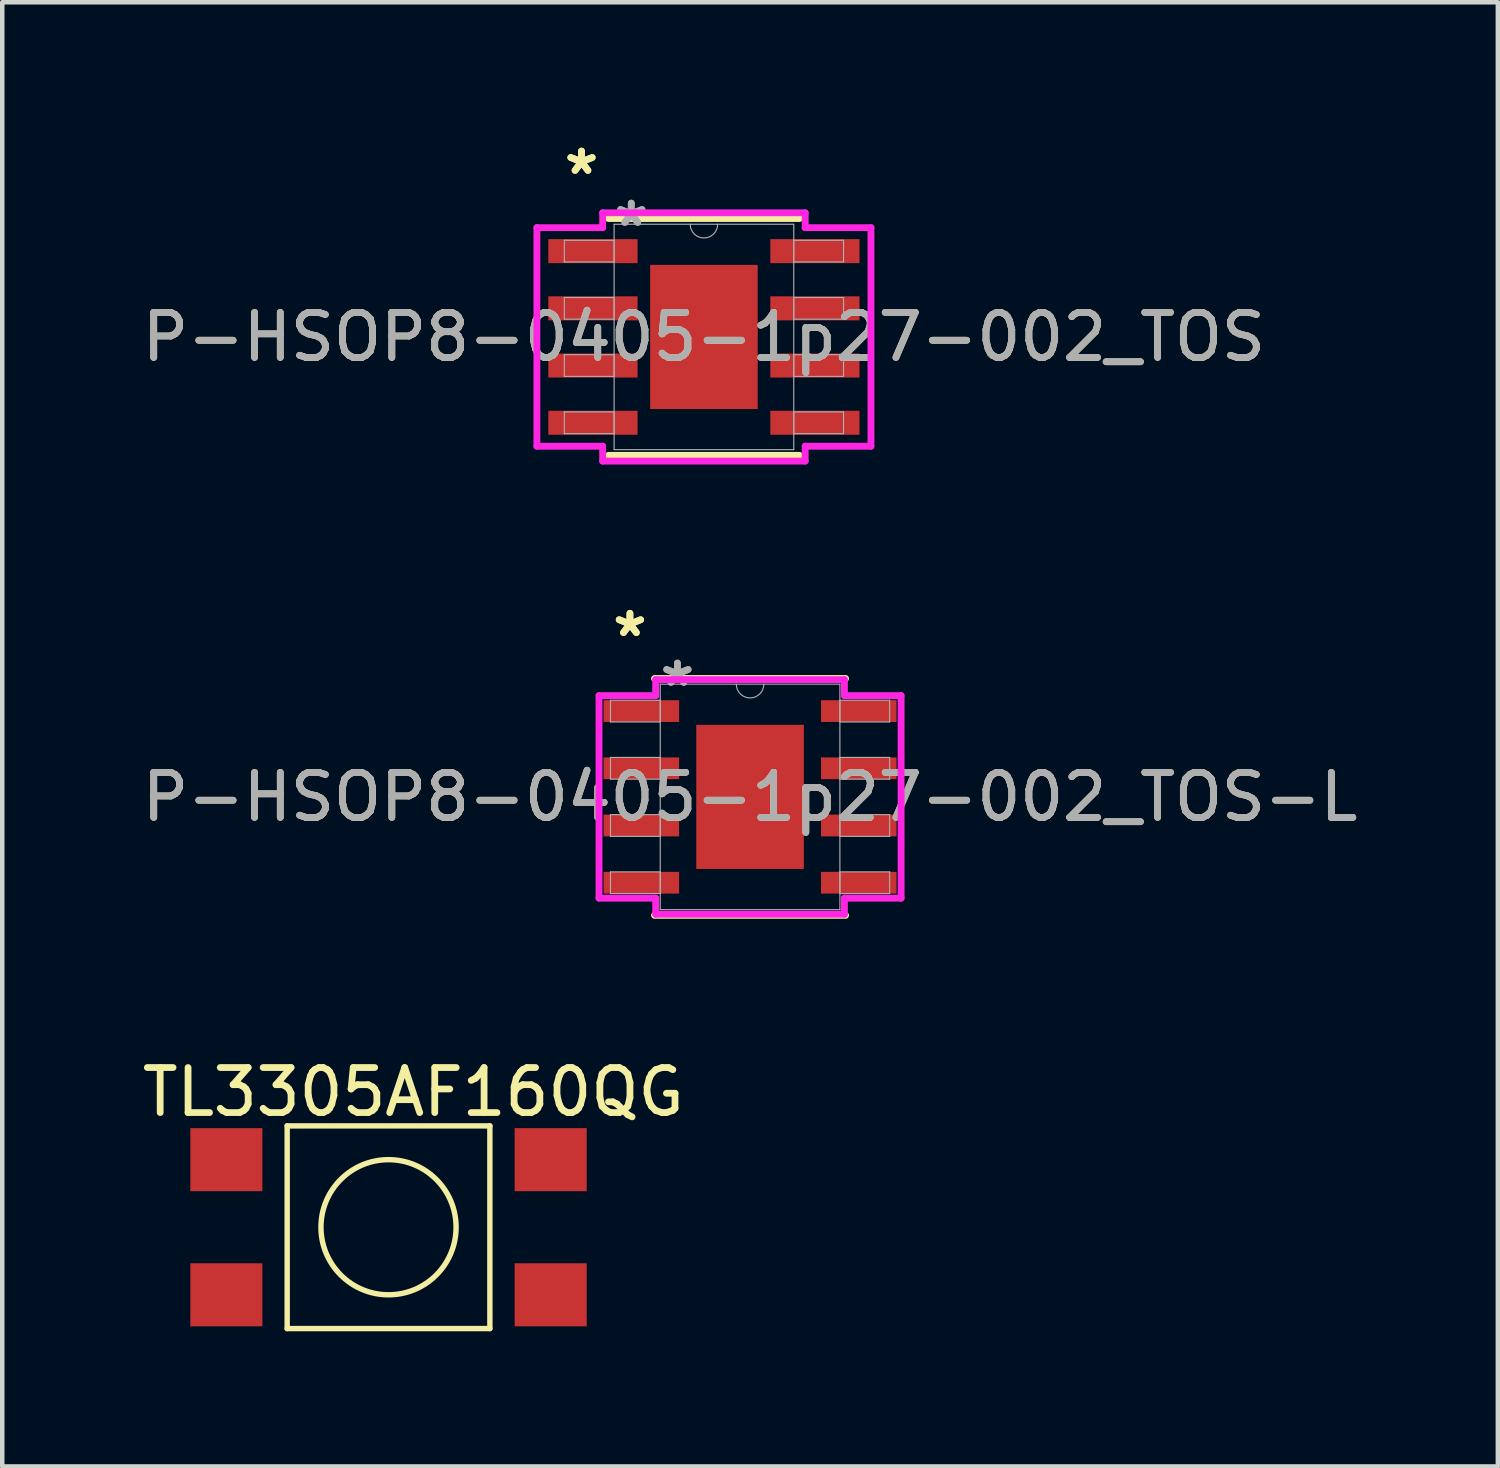
<source format=kicad_pcb>
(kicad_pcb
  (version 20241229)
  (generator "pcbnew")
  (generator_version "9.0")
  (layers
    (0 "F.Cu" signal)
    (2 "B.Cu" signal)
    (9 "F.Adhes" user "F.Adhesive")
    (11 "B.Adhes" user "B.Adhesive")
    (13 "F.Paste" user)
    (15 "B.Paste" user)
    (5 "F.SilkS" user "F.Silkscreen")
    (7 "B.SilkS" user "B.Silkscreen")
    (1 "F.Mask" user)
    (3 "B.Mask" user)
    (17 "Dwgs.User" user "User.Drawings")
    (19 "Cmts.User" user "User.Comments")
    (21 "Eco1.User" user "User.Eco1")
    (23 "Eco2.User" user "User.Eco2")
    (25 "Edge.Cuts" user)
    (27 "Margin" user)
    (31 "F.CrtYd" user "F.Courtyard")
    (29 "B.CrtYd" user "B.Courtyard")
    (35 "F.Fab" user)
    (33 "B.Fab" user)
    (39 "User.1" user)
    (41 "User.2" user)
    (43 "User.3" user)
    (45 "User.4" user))
  (footprint "P-HSOP8-0405-1p27-002_TOS-L"
    (layer "F.Cu")
    (at 13.601 14.641)
    (property "Reference" "P-HSOP8-0405-1p27-002_TOS-L" (at 0 0 0) (unlocked yes) (layer "F.SilkS") (effects (font (size 1 1) (thickness 0.15))))
    (attr smd)
    (fp_line (start -2.121 2.629) (end 2.121 2.629) (stroke (width 0.152) (type solid)) (layer "F.SilkS"))
    (fp_line (start 2.121 -2.629) (end -2.121 -2.629) (stroke (width 0.152) (type solid)) (layer "F.SilkS"))
    (fp_poly (pts (xy -1.094 -1.5) (xy -1.094 -0.1) (xy 1.094 -0.1) (xy 1.094 -1.5)) (stroke (width 0) (type solid)) (fill yes) (layer "F.Paste"))
    (fp_poly (pts (xy -1.094 0.1) (xy -1.094 1.5) (xy 1.094 1.5) (xy 1.094 0.1)) (stroke (width 0) (type solid)) (fill yes) (layer "F.Paste"))
    (fp_line (start -3.353 -2.248) (end -2.095 -2.248) (stroke (width 0.152) (type solid)) (layer "F.CrtYd"))
    (fp_line (start -3.353 2.248) (end -3.353 -2.248) (stroke (width 0.152) (type solid)) (layer "F.CrtYd"))
    (fp_line (start -3.353 2.248) (end -2.095 2.248) (stroke (width 0.152) (type solid)) (layer "F.CrtYd"))
    (fp_line (start -2.095 -2.603) (end 2.095 -2.603) (stroke (width 0.152) (type solid)) (layer "F.CrtYd"))
    (fp_line (start -2.095 -2.248) (end -2.095 -2.603) (stroke (width 0.152) (type solid)) (layer "F.CrtYd"))
    (fp_line (start -2.095 2.603) (end -2.095 2.248) (stroke (width 0.152) (type solid)) (layer "F.CrtYd"))
    (fp_line (start 2.095 -2.603) (end 2.095 -2.248) (stroke (width 0.152) (type solid)) (layer "F.CrtYd"))
    (fp_line (start 2.095 2.248) (end 2.095 2.603) (stroke (width 0.152) (type solid)) (layer "F.CrtYd"))
    (fp_line (start 2.095 2.603) (end -2.095 2.603) (stroke (width 0.152) (type solid)) (layer "F.CrtYd"))
    (fp_line (start 3.353 -2.248) (end 2.095 -2.248) (stroke (width 0.152) (type solid)) (layer "F.CrtYd"))
    (fp_line (start 3.353 -2.248) (end 3.353 2.248) (stroke (width 0.152) (type solid)) (layer "F.CrtYd"))
    (fp_line (start 3.353 2.248) (end 2.095 2.248) (stroke (width 0.152) (type solid)) (layer "F.CrtYd"))
    (fp_line (start -3.099 -2.146) (end -3.099 -1.664) (stroke (width 0.025) (type solid)) (layer "F.Fab"))
    (fp_line (start -3.099 -1.664) (end -1.994 -1.664) (stroke (width 0.025) (type solid)) (layer "F.Fab"))
    (fp_line (start -3.099 -0.876) (end -3.099 -0.394) (stroke (width 0.025) (type solid)) (layer "F.Fab"))
    (fp_line (start -3.099 -0.394) (end -1.994 -0.394) (stroke (width 0.025) (type solid)) (layer "F.Fab"))
    (fp_line (start -3.099 0.394) (end -3.099 0.876) (stroke (width 0.025) (type solid)) (layer "F.Fab"))
    (fp_line (start -3.099 0.876) (end -1.994 0.876) (stroke (width 0.025) (type solid)) (layer "F.Fab"))
    (fp_line (start -3.099 1.664) (end -3.099 2.146) (stroke (width 0.025) (type solid)) (layer "F.Fab"))
    (fp_line (start -3.099 2.146) (end -1.994 2.146) (stroke (width 0.025) (type solid)) (layer "F.Fab"))
    (fp_line (start -1.994 -2.502) (end -1.994 2.502) (stroke (width 0.025) (type solid)) (layer "F.Fab"))
    (fp_line (start -1.994 -2.146) (end -3.099 -2.146) (stroke (width 0.025) (type solid)) (layer "F.Fab"))
    (fp_line (start -1.994 -1.664) (end -1.994 -2.146) (stroke (width 0.025) (type solid)) (layer "F.Fab"))
    (fp_line (start -1.994 -0.876) (end -3.099 -0.876) (stroke (width 0.025) (type solid)) (layer "F.Fab"))
    (fp_line (start -1.994 -0.394) (end -1.994 -0.876) (stroke (width 0.025) (type solid)) (layer "F.Fab"))
    (fp_line (start -1.994 0.394) (end -3.099 0.394) (stroke (width 0.025) (type solid)) (layer "F.Fab"))
    (fp_line (start -1.994 0.876) (end -1.994 0.394) (stroke (width 0.025) (type solid)) (layer "F.Fab"))
    (fp_line (start -1.994 1.664) (end -3.099 1.664) (stroke (width 0.025) (type solid)) (layer "F.Fab"))
    (fp_line (start -1.994 2.146) (end -1.994 1.664) (stroke (width 0.025) (type solid)) (layer "F.Fab"))
    (fp_line (start -1.994 2.502) (end 1.994 2.502) (stroke (width 0.025) (type solid)) (layer "F.Fab"))
    (fp_line (start 1.994 -2.502) (end -1.994 -2.502) (stroke (width 0.025) (type solid)) (layer "F.Fab"))
    (fp_line (start 1.994 -2.146) (end 1.994 -1.664) (stroke (width 0.025) (type solid)) (layer "F.Fab"))
    (fp_line (start 1.994 -1.664) (end 3.099 -1.664) (stroke (width 0.025) (type solid)) (layer "F.Fab"))
    (fp_line (start 1.994 -0.876) (end 1.994 -0.394) (stroke (width 0.025) (type solid)) (layer "F.Fab"))
    (fp_line (start 1.994 -0.394) (end 3.099 -0.394) (stroke (width 0.025) (type solid)) (layer "F.Fab"))
    (fp_line (start 1.994 0.394) (end 1.994 0.876) (stroke (width 0.025) (type solid)) (layer "F.Fab"))
    (fp_line (start 1.994 0.876) (end 3.099 0.876) (stroke (width 0.025) (type solid)) (layer "F.Fab"))
    (fp_line (start 1.994 1.664) (end 1.994 2.146) (stroke (width 0.025) (type solid)) (layer "F.Fab"))
    (fp_line (start 1.994 2.146) (end 3.099 2.146) (stroke (width 0.025) (type solid)) (layer "F.Fab"))
    (fp_line (start 1.994 2.502) (end 1.994 -2.502) (stroke (width 0.025) (type solid)) (layer "F.Fab"))
    (fp_line (start 3.099 -2.146) (end 1.994 -2.146) (stroke (width 0.025) (type solid)) (layer "F.Fab"))
    (fp_line (start 3.099 -1.664) (end 3.099 -2.146) (stroke (width 0.025) (type solid)) (layer "F.Fab"))
    (fp_line (start 3.099 -0.876) (end 1.994 -0.876) (stroke (width 0.025) (type solid)) (layer "F.Fab"))
    (fp_line (start 3.099 -0.394) (end 3.099 -0.876) (stroke (width 0.025) (type solid)) (layer "F.Fab"))
    (fp_line (start 3.099 0.394) (end 1.994 0.394) (stroke (width 0.025) (type solid)) (layer "F.Fab"))
    (fp_line (start 3.099 0.876) (end 3.099 0.394) (stroke (width 0.025) (type solid)) (layer "F.Fab"))
    (fp_line (start 3.099 1.664) (end 1.994 1.664) (stroke (width 0.025) (type solid)) (layer "F.Fab"))
    (fp_line (start 3.099 2.146) (end 3.099 1.664) (stroke (width 0.025) (type solid)) (layer "F.Fab"))
    (fp_arc (start 0.3048 -2.5019) (mid 0 -2.1971) (end -0.3048 -2.5019) (stroke (width 0.0254) (type solid)) (layer "F.Fab"))
    (fp_text user "*" (at -2.667 -3.531 0) (unlocked yes) (layer "F.SilkS") (effects (font (size 1 1) (thickness 0.15))))
    (fp_text user "*" (at -2.667 -3.531 0) (layer "F.SilkS") (effects (font (size 1 1) (thickness 0.15))))
    (fp_text user "*" (at -1.613 -2.426 0) (layer "F.Fab") (effects (font (size 1 1) (thickness 0.15))))
    (fp_text user "*" (at -1.613 -2.426 0) (unlocked yes) (layer "F.Fab") (effects (font (size 1 1) (thickness 0.15))))
    (fp_text user "${REFERENCE}" (at 0 0 0) (unlocked yes) (layer "F.Fab") (effects (font (size 1 1) (thickness 0.15))))
    (pad "1" smd rect (at -2.413 -1.905) (size 1.676 0.483) (layers "F.Cu" "F.Mask" "F.Paste"))
    (pad "2" smd rect (at -2.413 -0.635) (size 1.676 0.483) (layers "F.Cu" "F.Mask" "F.Paste"))
    (pad "3" smd rect (at -2.413 0.635) (size 1.676 0.483) (layers "F.Cu" "F.Mask" "F.Paste"))
    (pad "4" smd rect (at -2.413 1.905) (size 1.676 0.483) (layers "F.Cu" "F.Mask" "F.Paste"))
    (pad "5" smd rect (at 2.413 1.905) (size 1.676 0.483) (layers "F.Cu" "F.Mask" "F.Paste"))
    (pad "6" smd rect (at 2.413 0.635) (size 1.676 0.483) (layers "F.Cu" "F.Mask" "F.Paste"))
    (pad "7" smd rect (at 2.413 -0.635) (size 1.676 0.483) (layers "F.Cu" "F.Mask" "F.Paste"))
    (pad "8" smd rect (at 2.413 -1.905) (size 1.676 0.483) (layers "F.Cu" "F.Mask" "F.Paste"))
    (pad "EPAD" smd rect (at 0 0) (size 2.388 3.2) (layers "F.Cu" "F.Mask")))
  (footprint "TL3305AF160QG"
    (layer "F.Cu")
    (at 5.575 24.194)
    (property "Reference" "TL3305AF160QG" (at 0.55 -3 0) (layer "F.SilkS") (effects (font (size 1 1) (thickness 0.15))))
    (attr through_hole)
    (fp_line (start -2.25 -2.25) (end 2.25 -2.25) (stroke (width 0.12) (type solid)) (layer "F.SilkS"))
    (fp_line (start -2.25 2.25) (end -2.25 -2.25) (stroke (width 0.12) (type solid)) (layer "F.SilkS"))
    (fp_line (start 2.25 -2.25) (end 2.25 2.25) (stroke (width 0.12) (type solid)) (layer "F.SilkS"))
    (fp_line (start 2.25 2.25) (end -2.25 2.25) (stroke (width 0.12) (type solid)) (layer "F.SilkS"))
    (fp_circle (center 0 0) (end 0 -1.5) (stroke (width 0.12) (type solid)) (fill no) (layer "F.SilkS"))
    (pad "1" smd rect (at -3.6 1.5) (size 1.6 1.4) (layers "F.Cu" "F.Mask" "F.Paste"))
    (pad "2" smd rect (at 3.6 1.5) (size 1.6 1.4) (layers "F.Cu" "F.Mask" "F.Paste"))
    (pad "3" smd rect (at -3.6 -1.5) (size 1.6 1.4) (layers "F.Cu" "F.Mask" "F.Paste"))
    (pad "4" smd rect (at 3.6 -1.5) (size 1.6 1.4) (layers "F.Cu" "F.Mask" "F.Paste")))
  (footprint "P-HSOP8-0405-1p27-002_TOS"
    (layer "F.Cu")
    (at 12.577 4.43)
    (property "Reference" "P-HSOP8-0405-1p27-002_TOS" (at 0 0 0) (unlocked yes) (layer "F.SilkS") (effects (font (size 1 1) (thickness 0.15))))
    (attr smd)
    (fp_line (start -2.121 2.629) (end 2.121 2.629) (stroke (width 0.152) (type solid)) (layer "F.SilkS"))
    (fp_line (start 2.121 -2.629) (end -2.121 -2.629) (stroke (width 0.152) (type solid)) (layer "F.SilkS"))
    (fp_poly (pts (xy -1.094 -1.5) (xy -1.094 -0.1) (xy 1.094 -0.1) (xy 1.094 -1.5)) (stroke (width 0) (type solid)) (fill yes) (layer "F.Paste"))
    (fp_poly (pts (xy -1.094 0.1) (xy -1.094 1.5) (xy 1.094 1.5) (xy 1.094 0.1)) (stroke (width 0) (type solid)) (fill yes) (layer "F.Paste"))
    (fp_line (start -3.708 -2.426) (end -2.248 -2.426) (stroke (width 0.152) (type solid)) (layer "F.CrtYd"))
    (fp_line (start -3.708 2.426) (end -3.708 -2.426) (stroke (width 0.152) (type solid)) (layer "F.CrtYd"))
    (fp_line (start -3.708 2.426) (end -2.248 2.426) (stroke (width 0.152) (type solid)) (layer "F.CrtYd"))
    (fp_line (start -2.248 -2.756) (end 2.248 -2.756) (stroke (width 0.152) (type solid)) (layer "F.CrtYd"))
    (fp_line (start -2.248 -2.426) (end -2.248 -2.756) (stroke (width 0.152) (type solid)) (layer "F.CrtYd"))
    (fp_line (start -2.248 2.756) (end -2.248 2.426) (stroke (width 0.152) (type solid)) (layer "F.CrtYd"))
    (fp_line (start 2.248 -2.756) (end 2.248 -2.426) (stroke (width 0.152) (type solid)) (layer "F.CrtYd"))
    (fp_line (start 2.248 2.426) (end 2.248 2.756) (stroke (width 0.152) (type solid)) (layer "F.CrtYd"))
    (fp_line (start 2.248 2.756) (end -2.248 2.756) (stroke (width 0.152) (type solid)) (layer "F.CrtYd"))
    (fp_line (start 3.708 -2.426) (end 2.248 -2.426) (stroke (width 0.152) (type solid)) (layer "F.CrtYd"))
    (fp_line (start 3.708 -2.426) (end 3.708 2.426) (stroke (width 0.152) (type solid)) (layer "F.CrtYd"))
    (fp_line (start 3.708 2.426) (end 2.248 2.426) (stroke (width 0.152) (type solid)) (layer "F.CrtYd"))
    (fp_line (start -3.099 -2.146) (end -3.099 -1.664) (stroke (width 0.025) (type solid)) (layer "F.Fab"))
    (fp_line (start -3.099 -1.664) (end -1.994 -1.664) (stroke (width 0.025) (type solid)) (layer "F.Fab"))
    (fp_line (start -3.099 -0.876) (end -3.099 -0.394) (stroke (width 0.025) (type solid)) (layer "F.Fab"))
    (fp_line (start -3.099 -0.394) (end -1.994 -0.394) (stroke (width 0.025) (type solid)) (layer "F.Fab"))
    (fp_line (start -3.099 0.394) (end -3.099 0.876) (stroke (width 0.025) (type solid)) (layer "F.Fab"))
    (fp_line (start -3.099 0.876) (end -1.994 0.876) (stroke (width 0.025) (type solid)) (layer "F.Fab"))
    (fp_line (start -3.099 1.664) (end -3.099 2.146) (stroke (width 0.025) (type solid)) (layer "F.Fab"))
    (fp_line (start -3.099 2.146) (end -1.994 2.146) (stroke (width 0.025) (type solid)) (layer "F.Fab"))
    (fp_line (start -1.994 -2.502) (end -1.994 2.502) (stroke (width 0.025) (type solid)) (layer "F.Fab"))
    (fp_line (start -1.994 -2.146) (end -3.099 -2.146) (stroke (width 0.025) (type solid)) (layer "F.Fab"))
    (fp_line (start -1.994 -1.664) (end -1.994 -2.146) (stroke (width 0.025) (type solid)) (layer "F.Fab"))
    (fp_line (start -1.994 -0.876) (end -3.099 -0.876) (stroke (width 0.025) (type solid)) (layer "F.Fab"))
    (fp_line (start -1.994 -0.394) (end -1.994 -0.876) (stroke (width 0.025) (type solid)) (layer "F.Fab"))
    (fp_line (start -1.994 0.394) (end -3.099 0.394) (stroke (width 0.025) (type solid)) (layer "F.Fab"))
    (fp_line (start -1.994 0.876) (end -1.994 0.394) (stroke (width 0.025) (type solid)) (layer "F.Fab"))
    (fp_line (start -1.994 1.664) (end -3.099 1.664) (stroke (width 0.025) (type solid)) (layer "F.Fab"))
    (fp_line (start -1.994 2.146) (end -1.994 1.664) (stroke (width 0.025) (type solid)) (layer "F.Fab"))
    (fp_line (start -1.994 2.502) (end 1.994 2.502) (stroke (width 0.025) (type solid)) (layer "F.Fab"))
    (fp_line (start 1.994 -2.502) (end -1.994 -2.502) (stroke (width 0.025) (type solid)) (layer "F.Fab"))
    (fp_line (start 1.994 -2.146) (end 1.994 -1.664) (stroke (width 0.025) (type solid)) (layer "F.Fab"))
    (fp_line (start 1.994 -1.664) (end 3.099 -1.664) (stroke (width 0.025) (type solid)) (layer "F.Fab"))
    (fp_line (start 1.994 -0.876) (end 1.994 -0.394) (stroke (width 0.025) (type solid)) (layer "F.Fab"))
    (fp_line (start 1.994 -0.394) (end 3.099 -0.394) (stroke (width 0.025) (type solid)) (layer "F.Fab"))
    (fp_line (start 1.994 0.394) (end 1.994 0.876) (stroke (width 0.025) (type solid)) (layer "F.Fab"))
    (fp_line (start 1.994 0.876) (end 3.099 0.876) (stroke (width 0.025) (type solid)) (layer "F.Fab"))
    (fp_line (start 1.994 1.664) (end 1.994 2.146) (stroke (width 0.025) (type solid)) (layer "F.Fab"))
    (fp_line (start 1.994 2.146) (end 3.099 2.146) (stroke (width 0.025) (type solid)) (layer "F.Fab"))
    (fp_line (start 1.994 2.502) (end 1.994 -2.502) (stroke (width 0.025) (type solid)) (layer "F.Fab"))
    (fp_line (start 3.099 -2.146) (end 1.994 -2.146) (stroke (width 0.025) (type solid)) (layer "F.Fab"))
    (fp_line (start 3.099 -1.664) (end 3.099 -2.146) (stroke (width 0.025) (type solid)) (layer "F.Fab"))
    (fp_line (start 3.099 -0.876) (end 1.994 -0.876) (stroke (width 0.025) (type solid)) (layer "F.Fab"))
    (fp_line (start 3.099 -0.394) (end 3.099 -0.876) (stroke (width 0.025) (type solid)) (layer "F.Fab"))
    (fp_line (start 3.099 0.394) (end 1.994 0.394) (stroke (width 0.025) (type solid)) (layer "F.Fab"))
    (fp_line (start 3.099 0.876) (end 3.099 0.394) (stroke (width 0.025) (type solid)) (layer "F.Fab"))
    (fp_line (start 3.099 1.664) (end 1.994 1.664) (stroke (width 0.025) (type solid)) (layer "F.Fab"))
    (fp_line (start 3.099 2.146) (end 3.099 1.664) (stroke (width 0.025) (type solid)) (layer "F.Fab"))
    (fp_arc (start 0.3048 -2.5019) (mid 0 -2.1971) (end -0.3048 -2.5019) (stroke (width 0.0254) (type solid)) (layer "F.Fab"))
    (fp_text user "*" (at -2.718 -3.581 0) (layer "F.SilkS") (effects (font (size 1 1) (thickness 0.15))))
    (fp_text user "*" (at -2.718 -3.581 0) (unlocked yes) (layer "F.SilkS") (effects (font (size 1 1) (thickness 0.15))))
    (fp_text user "${REFERENCE}" (at 0 0 0) (unlocked yes) (layer "F.Fab") (effects (font (size 1 1) (thickness 0.15))))
    (fp_text user "*" (at -1.613 -2.426 0) (unlocked yes) (layer "F.Fab") (effects (font (size 1 1) (thickness 0.15))))
    (fp_text user "*" (at -1.613 -2.426 0) (layer "F.Fab") (effects (font (size 1 1) (thickness 0.15))))
    (pad "1" smd rect (at -2.464 -1.905) (size 1.981 0.533) (layers "F.Cu" "F.Mask" "F.Paste"))
    (pad "2" smd rect (at -2.464 -0.635) (size 1.981 0.533) (layers "F.Cu" "F.Mask" "F.Paste"))
    (pad "3" smd rect (at -2.464 0.635) (size 1.981 0.533) (layers "F.Cu" "F.Mask" "F.Paste"))
    (pad "4" smd rect (at -2.464 1.905) (size 1.981 0.533) (layers "F.Cu" "F.Mask" "F.Paste"))
    (pad "5" smd rect (at 2.464 1.905) (size 1.981 0.533) (layers "F.Cu" "F.Mask" "F.Paste"))
    (pad "6" smd rect (at 2.464 0.635) (size 1.981 0.533) (layers "F.Cu" "F.Mask" "F.Paste"))
    (pad "7" smd rect (at 2.464 -0.635) (size 1.981 0.533) (layers "F.Cu" "F.Mask" "F.Paste"))
    (pad "8" smd rect (at 2.464 -1.905) (size 1.981 0.533) (layers "F.Cu" "F.Mask" "F.Paste"))
    (pad "EPAD" smd rect (at 0 0) (size 2.388 3.2) (layers "F.Cu" "F.Mask")))
  (gr_rect
    (start -3 -3)
    (end 30.202 29.504)
    (stroke (width 0.1) (type default))
    (fill no)
    (layer "Edge.Cuts")))
</source>
